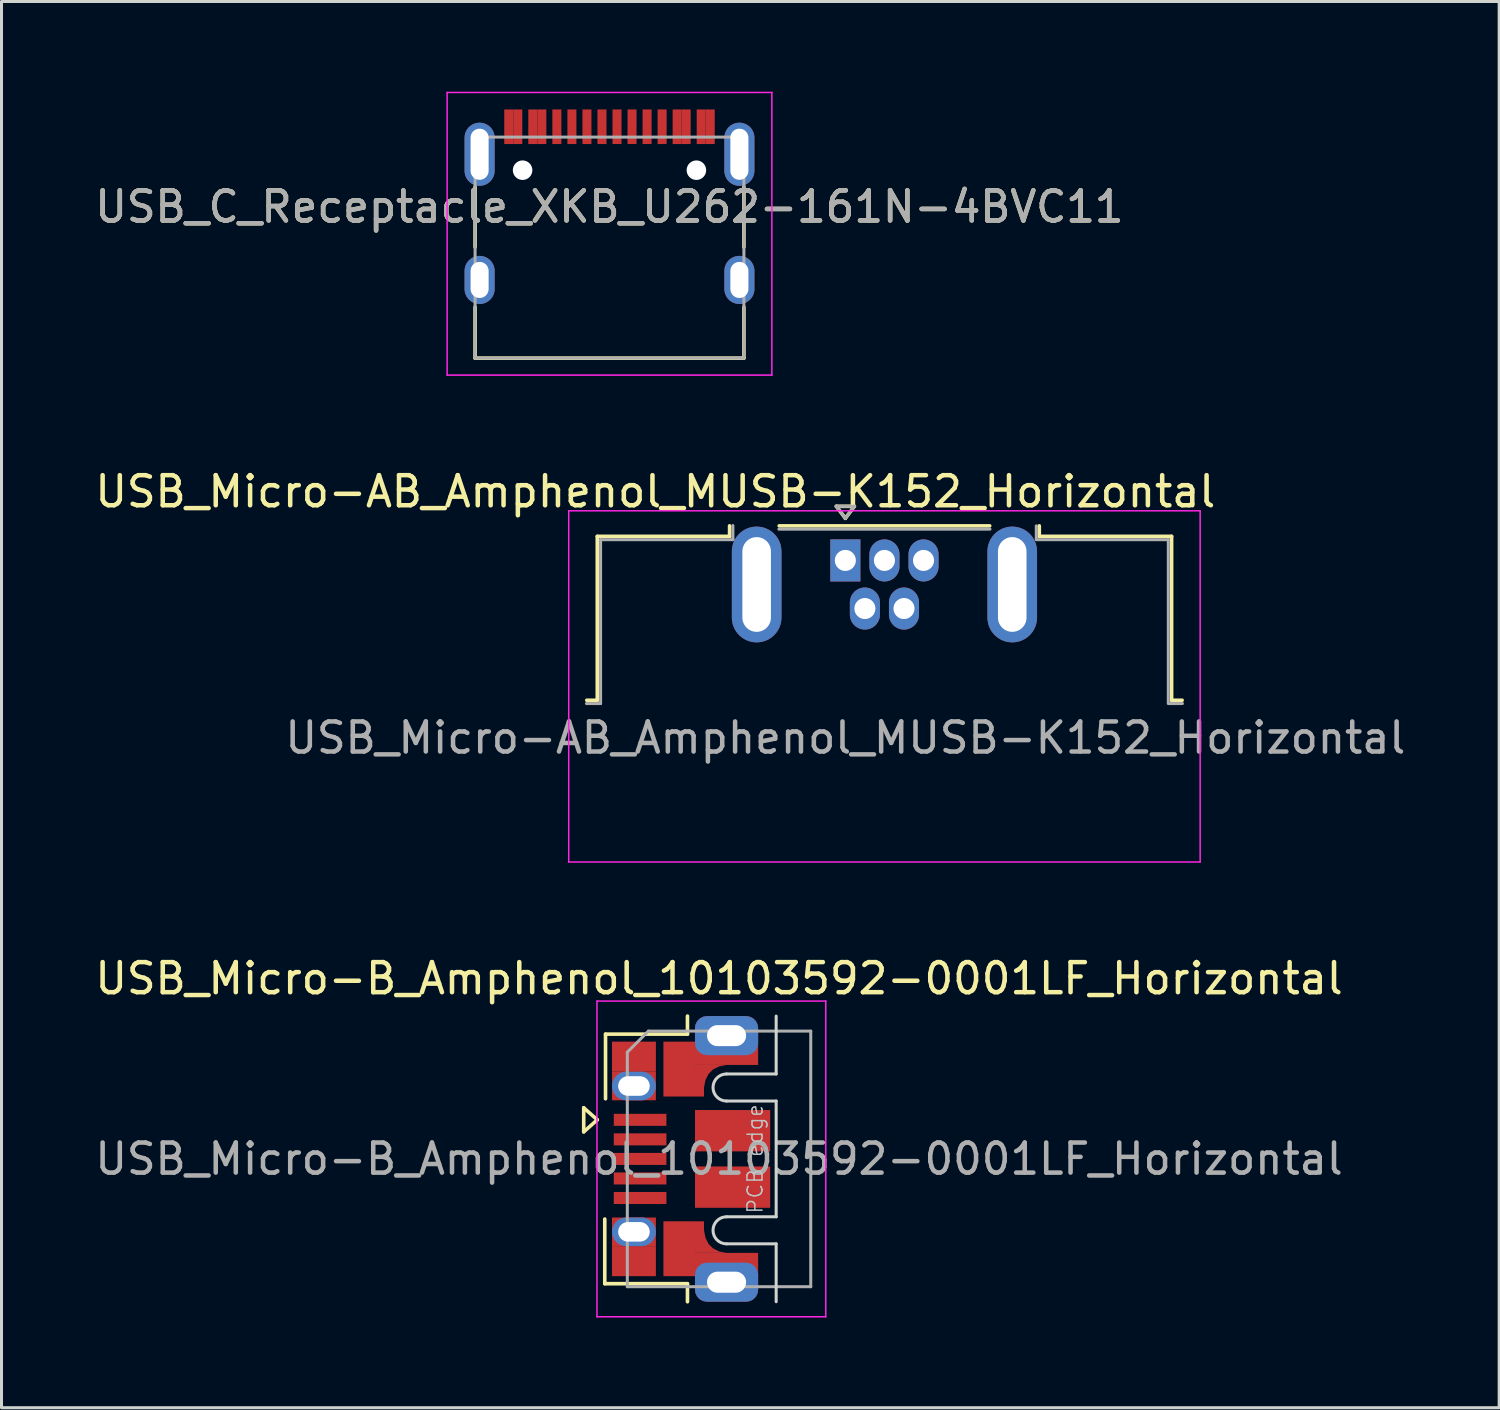
<source format=kicad_pcb>
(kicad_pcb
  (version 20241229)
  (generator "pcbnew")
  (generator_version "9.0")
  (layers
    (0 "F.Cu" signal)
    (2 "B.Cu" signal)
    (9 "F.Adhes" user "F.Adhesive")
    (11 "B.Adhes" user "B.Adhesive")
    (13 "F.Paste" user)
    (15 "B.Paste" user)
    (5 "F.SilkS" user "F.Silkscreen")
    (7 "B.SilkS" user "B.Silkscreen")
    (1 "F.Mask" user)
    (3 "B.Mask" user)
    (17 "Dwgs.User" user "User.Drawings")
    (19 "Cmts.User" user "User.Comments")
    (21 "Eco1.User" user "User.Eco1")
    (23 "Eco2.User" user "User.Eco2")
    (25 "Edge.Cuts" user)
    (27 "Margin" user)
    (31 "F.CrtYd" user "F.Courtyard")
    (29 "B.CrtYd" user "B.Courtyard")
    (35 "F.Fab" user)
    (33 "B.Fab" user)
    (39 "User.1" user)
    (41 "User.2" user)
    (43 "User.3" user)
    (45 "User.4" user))
  (footprint "USB_C_Receptacle_XKB_U262-161N-4BVC11"
    (layer "F.Cu")
    (at 17.22 3.825)
    (property "Reference" "USB_C_Receptacle_XKB_U262-161N-4BVC11" (at 0 0 0) (layer "F.SilkS") (effects (font (size 1 1) (thickness 0.15))))
    (attr smd)
    (fp_line (start -4.47 -0.66) (end -4.47 1.34) (stroke (width 0.12) (type solid)) (layer "F.SilkS"))
    (fp_line (start -4.47 5.035) (end -4.47 3.34) (stroke (width 0.12) (type solid)) (layer "F.SilkS"))
    (fp_line (start 4.47 1.34) (end 4.47 -0.66) (stroke (width 0.12) (type solid)) (layer "F.SilkS"))
    (fp_line (start 4.47 3.34) (end 4.47 5.035) (stroke (width 0.12) (type solid)) (layer "F.SilkS"))
    (fp_line (start 4.47 5.035) (end -4.47 5.035) (stroke (width 0.12) (type solid)) (layer "F.SilkS"))
    (fp_line (start -5.4 -3.8) (end 5.4 -3.8) (stroke (width 0.05) (type solid)) (layer "F.CrtYd"))
    (fp_line (start -5.4 5.6) (end -5.4 -3.8) (stroke (width 0.05) (type solid)) (layer "F.CrtYd"))
    (fp_line (start 5.4 -3.8) (end 5.4 5.6) (stroke (width 0.05) (type solid)) (layer "F.CrtYd"))
    (fp_line (start 5.4 5.6) (end -5.4 5.6) (stroke (width 0.05) (type solid)) (layer "F.CrtYd"))
    (fp_line (start -4.47 -2.315) (end -4.47 5.035) (stroke (width 0.1) (type solid)) (layer "F.Fab"))
    (fp_line (start -4.47 -2.315) (end 4.47 -2.315) (stroke (width 0.1) (type solid)) (layer "F.Fab"))
    (fp_line (start -4.47 5.035) (end 4.47 5.035) (stroke (width 0.1) (type solid)) (layer "F.Fab"))
    (fp_line (start 4.47 5.035) (end 4.47 -2.315) (stroke (width 0.1) (type solid)) (layer "F.Fab"))
    (fp_text user "${REFERENCE}" (at 0 0 0) (layer "F.Fab") (effects (font (size 1 1) (thickness 0.15))))
    (pad "" np_thru_hole circle (at -2.89 -1.215) (size 0.65 0.65) (drill 0.65) (layers "*.Cu" "*.Mask"))
    (pad "" np_thru_hole circle (at 2.89 -1.215) (size 0.65 0.65) (drill 0.65) (layers "*.Cu" "*.Mask"))
    (pad "A1" smd rect (at -3.35 -2.66) (size 0.3 1.15) (layers "F.Cu" "F.Mask" "F.Paste"))
    (pad "A4" smd rect (at -2.55 -2.66) (size 0.3 1.15) (layers "F.Cu" "F.Mask" "F.Paste"))
    (pad "A5" smd rect (at -1.25 -2.66) (size 0.3 1.15) (layers "F.Cu" "F.Mask" "F.Paste"))
    (pad "A6" smd rect (at -0.25 -2.66) (size 0.3 1.15) (layers "F.Cu" "F.Mask" "F.Paste"))
    (pad "A7" smd rect (at 0.25 -2.66) (size 0.3 1.15) (layers "F.Cu" "F.Mask" "F.Paste"))
    (pad "A8" smd rect (at 1.25 -2.66) (size 0.3 1.15) (layers "F.Cu" "F.Mask" "F.Paste"))
    (pad "A9" smd rect (at 2.55 -2.66) (size 0.3 1.15) (layers "F.Cu" "F.Mask" "F.Paste"))
    (pad "A12" smd rect (at 3.35 -2.66) (size 0.3 1.15) (layers "F.Cu" "F.Mask" "F.Paste"))
    (pad "B1" smd rect (at 3.05 -2.66) (size 0.3 1.15) (layers "F.Cu" "F.Mask" "F.Paste"))
    (pad "B4" smd rect (at 2.25 -2.66) (size 0.3 1.15) (layers "F.Cu" "F.Mask" "F.Paste"))
    (pad "B5" smd rect (at 1.75 -2.66) (size 0.3 1.15) (layers "F.Cu" "F.Mask" "F.Paste"))
    (pad "B6" smd rect (at 0.75 -2.66) (size 0.3 1.15) (layers "F.Cu" "F.Mask" "F.Paste"))
    (pad "B7" smd rect (at -0.75 -2.66) (size 0.3 1.15) (layers "F.Cu" "F.Mask" "F.Paste"))
    (pad "B8" smd rect (at -1.75 -2.66) (size 0.3 1.15) (layers "F.Cu" "F.Mask" "F.Paste"))
    (pad "B9" smd rect (at -2.25 -2.66) (size 0.3 1.15) (layers "F.Cu" "F.Mask" "F.Paste"))
    (pad "B12" smd rect (at -3.05 -2.66) (size 0.3 1.15) (layers "F.Cu" "F.Mask" "F.Paste"))
    (pad "S1" thru_hole oval (at -4.32 -1.745) (size 1 2.1) (drill oval 0.6 1.7) (layers "*.Cu" "*.Mask"))
    (pad "S1" thru_hole oval (at -4.32 2.435) (size 1 1.6) (drill oval 0.6 1.2) (layers "*.Cu" "*.Mask"))
    (pad "S1" thru_hole oval (at 4.32 -1.745) (size 1 2.1) (drill oval 0.6 1.7) (layers "*.Cu" "*.Mask"))
    (pad "S1" thru_hole oval (at 4.32 2.435) (size 1 1.6) (drill oval 0.6 1.2) (layers "*.Cu" "*.Mask")))
  (footprint "USB_Micro-AB_Amphenol_MUSB-K152_Horizontal"
    (layer "F.Cu")
    (at 25.064 15.588)
    (property "Reference" "USB_Micro-AB_Amphenol_MUSB-K152_Horizontal" (at -6.32 -2.29 0) (layer "F.SilkS") (effects (font (size 1 1) (thickness 0.15))))
    (attr through_hole)
    (fp_line (start -8.6 4.65) (end -8.25 4.65) (stroke (width 0.12) (type solid)) (layer "F.SilkS"))
    (fp_line (start -8.25 -0.8) (end -8.25 4.65) (stroke (width 0.12) (type solid)) (layer "F.SilkS"))
    (fp_line (start -8.25 -0.8) (end -3.85 -0.8) (stroke (width 0.12) (type solid)) (layer "F.SilkS"))
    (fp_line (start -3.85 -1.15) (end -3.85 -0.8) (stroke (width 0.12) (type solid)) (layer "F.SilkS"))
    (fp_line (start -2.2 -1.15) (end 4.8 -1.15) (stroke (width 0.12) (type solid)) (layer "F.SilkS"))
    (fp_line (start -0.3 -1.8) (end 0 -1.4) (stroke (width 0.12) (type solid)) (layer "F.SilkS"))
    (fp_line (start -0.3 -1.8) (end 0.3 -1.8) (stroke (width 0.12) (type solid)) (layer "F.SilkS"))
    (fp_line (start 0.3 -1.8) (end 0 -1.4) (stroke (width 0.12) (type solid)) (layer "F.SilkS"))
    (fp_line (start 6.45 -1.15) (end 6.45 -0.8) (stroke (width 0.12) (type solid)) (layer "F.SilkS"))
    (fp_line (start 6.45 -0.8) (end 10.85 -0.8) (stroke (width 0.12) (type solid)) (layer "F.SilkS"))
    (fp_line (start 10.85 -0.8) (end 10.85 4.65) (stroke (width 0.12) (type solid)) (layer "F.SilkS"))
    (fp_line (start 10.85 4.65) (end 11.2 4.65) (stroke (width 0.12) (type solid)) (layer "F.SilkS"))
    (fp_line (start -9.2 -1.65) (end -9.2 10.03) (stroke (width 0.05) (type solid)) (layer "F.CrtYd"))
    (fp_line (start -9.2 10.03) (end 11.8 10.03) (stroke (width 0.05) (type solid)) (layer "F.CrtYd"))
    (fp_line (start 11.8 -1.65) (end -9.2 -1.65) (stroke (width 0.05) (type solid)) (layer "F.CrtYd"))
    (fp_line (start 11.8 10.03) (end 11.8 -1.65) (stroke (width 0.05) (type solid)) (layer "F.CrtYd"))
    (fp_line (start -8.61 4.76) (end -8.14 4.76) (stroke (width 0.1) (type solid)) (layer "F.Fab"))
    (fp_line (start -8.14 -0.69) (end -3.74 -0.69) (stroke (width 0.1) (type solid)) (layer "F.Fab"))
    (fp_line (start -8.14 4.76) (end -8.14 -0.69) (stroke (width 0.1) (type solid)) (layer "F.Fab"))
    (fp_line (start -3.74 -0.69) (end -3.74 -1.16) (stroke (width 0.1) (type solid)) (layer "F.Fab"))
    (fp_line (start -2.21 -1.04) (end 4.81 -1.04) (stroke (width 0.1) (type solid)) (layer "F.Fab"))
    (fp_line (start -0.3 -1.8) (end 0.3 -1.8) (stroke (width 0.1) (type solid)) (layer "F.Fab"))
    (fp_line (start 0 -1.4) (end -0.3 -1.8) (stroke (width 0.1) (type solid)) (layer "F.Fab"))
    (fp_line (start 0.3 -1.8) (end 0 -1.4) (stroke (width 0.1) (type solid)) (layer "F.Fab"))
    (fp_line (start 6.35 -1.15) (end 6.35 -0.71) (stroke (width 0.1) (type solid)) (layer "F.Fab"))
    (fp_line (start 6.35 -0.69) (end 10.74 -0.69) (stroke (width 0.1) (type solid)) (layer "F.Fab"))
    (fp_line (start 10.74 -0.69) (end 10.74 4.74) (stroke (width 0.1) (type solid)) (layer "F.Fab"))
    (fp_line (start 10.74 4.76) (end 11.21 4.76) (stroke (width 0.1) (type solid)) (layer "F.Fab"))
    (fp_text user "${REFERENCE}" (at 0 5.9 0) (layer "F.Fab") (effects (font (size 1 1) (thickness 0.15))))
    (pad "1" thru_hole rect (at 0 0) (size 1 1.4) (drill 0.7) (layers "*.Cu" "*.Mask"))
    (pad "2" thru_hole oval (at 0.65 1.6) (size 1 1.4) (drill 0.7) (layers "*.Cu" "*.Mask"))
    (pad "3" thru_hole oval (at 1.3 0) (size 1 1.4) (drill 0.7) (layers "*.Cu" "*.Mask"))
    (pad "4" thru_hole oval (at 1.95 1.6) (size 1 1.4) (drill 0.7) (layers "*.Cu" "*.Mask"))
    (pad "5" thru_hole oval (at 2.6 0) (size 1 1.4) (drill 0.7) (layers "*.Cu" "*.Mask"))
    (pad "6" thru_hole oval (at -2.95 0.8) (size 1.65 3.85) (drill oval 0.95 3.15) (layers "*.Cu" "*.Mask"))
    (pad "6" thru_hole oval (at 5.55 0.8) (size 1.65 3.85) (drill oval 0.95 3.15) (layers "*.Cu" "*.Mask")))
  (footprint "USB_Micro-B_Amphenol_10103592-0001LF_Horizontal"
    (layer "F.Cu")
    (at 20.863 35.492)
    (property "Reference" "USB_Micro-B_Amphenol_10103592-0001LF_Horizontal" (at 0 -6 180) (layer "F.SilkS") (effects (font (size 1 1) (thickness 0.15))))
    (attr smd)
    (fp_line (start -4.5 -1.7) (end -4.05 -1.3) (stroke (width 0.12) (type solid)) (layer "F.SilkS"))
    (fp_line (start -4.5 -0.9) (end -4.5 -1.7) (stroke (width 0.12) (type solid)) (layer "F.SilkS"))
    (fp_line (start -4.05 -1.3) (end -4.5 -0.9) (stroke (width 0.12) (type solid)) (layer "F.SilkS"))
    (fp_line (start -3.8 4.15) (end -3.8 2) (stroke (width 0.12) (type solid)) (layer "F.SilkS"))
    (fp_line (start -3.775 -2) (end -3.775 -4.15) (stroke (width 0.12) (type solid)) (layer "F.SilkS"))
    (fp_line (start -1.05 -4.75) (end -1.05 -4.15) (stroke (width 0.12) (type solid)) (layer "F.SilkS"))
    (fp_line (start -1.05 -4.15) (end -3.775 -4.15) (stroke (width 0.12) (type solid)) (layer "F.SilkS"))
    (fp_line (start -1.05 4.15) (end -3.8 4.15) (stroke (width 0.12) (type solid)) (layer "F.SilkS"))
    (fp_line (start -1.05 4.75) (end -1.05 4.15) (stroke (width 0.12) (type solid)) (layer "F.SilkS"))
    (fp_line (start 0.25 -2.825) (end 1.9 -2.825) (stroke (width 0.1) (type solid)) (layer "Edge.Cuts"))
    (fp_line (start 0.25 -1.925) (end 1.9 -1.925) (stroke (width 0.1) (type solid)) (layer "Edge.Cuts"))
    (fp_line (start 0.25 1.925) (end 1.9 1.925) (stroke (width 0.1) (type solid)) (layer "Edge.Cuts"))
    (fp_line (start 0.25 2.825) (end 1.9 2.825) (stroke (width 0.1) (type solid)) (layer "Edge.Cuts"))
    (fp_line (start 1.9 -2.825) (end 1.9 -4.75) (stroke (width 0.1) (type solid)) (layer "Edge.Cuts"))
    (fp_line (start 1.9 1.925) (end 1.9 -1.925) (stroke (width 0.1) (type solid)) (layer "Edge.Cuts"))
    (fp_line (start 1.9 4.75) (end 1.9 2.825) (stroke (width 0.1) (type solid)) (layer "Edge.Cuts"))
    (fp_arc (start 0.25 -1.925) (mid -0.2 -2.375) (end 0.25 -2.825) (stroke (width 0.1) (type solid)) (layer "Edge.Cuts"))
    (fp_arc (start 0.25 2.825) (mid -0.2 2.375) (end 0.25 1.925) (stroke (width 0.1) (type solid)) (layer "Edge.Cuts"))
    (fp_line (start -4.06 -5.25) (end -4.06 5.25) (stroke (width 0.05) (type solid)) (layer "F.CrtYd"))
    (fp_line (start -4.06 -5.25) (end 3.55 -5.25) (stroke (width 0.05) (type solid)) (layer "F.CrtYd"))
    (fp_line (start -4.06 5.25) (end 3.55 5.25) (stroke (width 0.05) (type solid)) (layer "F.CrtYd"))
    (fp_line (start 3.55 -5.25) (end 3.55 5.25) (stroke (width 0.05) (type solid)) (layer "F.CrtYd"))
    (fp_line (start -3.05 -3.55) (end -3.05 4.25) (stroke (width 0.1) (type solid)) (layer "F.Fab"))
    (fp_line (start -3.05 4.25) (end 3.05 4.25) (stroke (width 0.1) (type solid)) (layer "F.Fab"))
    (fp_line (start -2.35 -4.25) (end -3.05 -3.55) (stroke (width 0.1) (type solid)) (layer "F.Fab"))
    (fp_line (start -2.35 -4.25) (end 3.05 -4.25) (stroke (width 0.1) (type solid)) (layer "F.Fab"))
    (fp_line (start 3.05 4.25) (end 3.05 -4.25) (stroke (width 0.1) (type solid)) (layer "F.Fab"))
    (fp_text user "PCB edge" (at 1.2 0 90) (layer "Dwgs.User") (effects (font (size 0.5 0.5) (thickness 0.05))))
    (fp_text user "${REFERENCE}" (at 0 0 180) (layer "F.Fab") (effects (font (size 1 1) (thickness 0.15))))
    (pad "1" smd rect (at -2.625 -1.3 90) (size 0.4 1.75) (layers "F.Cu" "F.Mask" "F.Paste"))
    (pad "2" smd rect (at -2.625 -0.65 90) (size 0.4 1.75) (layers "F.Cu" "F.Mask" "F.Paste"))
    (pad "3" smd rect (at -2.625 0 90) (size 0.4 1.75) (layers "F.Cu" "F.Mask" "F.Paste"))
    (pad "4" smd rect (at -2.625 0.65 90) (size 0.4 1.75) (layers "F.Cu" "F.Mask" "F.Paste"))
    (pad "5" smd rect (at -2.625 1.3 90) (size 0.4 1.75) (layers "F.Cu" "F.Mask" "F.Paste"))
    (pad "6" smd rect (at -2.83 -3.4 90) (size 1 1.46) (layers "F.Cu" "F.Mask" "F.Paste"))
    (pad "6" smd rect (at -2.83 -2.425 90) (size 0.95 1.46) (layers "F.Cu" "F.Mask"))
    (pad "6" thru_hole oval (at -2.83 -2.425 90) (size 0.95 1.46) (drill oval 0.65 1.05) (layers "*.Cu" "*.Mask"))
    (pad "6" smd rect (at -2.83 2.425 90) (size 0.95 1.46) (layers "F.Cu" "F.Mask"))
    (pad "6" thru_hole oval (at -2.83 2.425 90) (size 0.95 1.46) (drill oval 0.65 1.05) (layers "*.Cu" "*.Mask"))
    (pad "6" smd rect (at -2.83 3.4 90) (size 1 1.46) (layers "F.Cu" "F.Mask" "F.Paste"))
    (pad "6" smd rect (at -1.325 -2.987 90) (size 1.825 1.05) (layers "F.Cu" "F.Mask" "F.Paste"))
    (pad "6" smd rect (at -1.325 2.987 90) (size 1.825 1.05) (layers "F.Cu" "F.Mask" "F.Paste"))
    (pad "6" smd custom (at -0.65 -2.6 90) (size 1.05 0.3) (layers "F.Cu" "F.Mask" "F.Paste") (options (anchor rect)) (primitives (gr_poly (pts (xy 0.525 0.15) (xy -0.225 0.15) (xy 0.025 0.2) (xy 0.225 0.3) (xy 0.375 0.45) (xy 0.475 0.65) (xy 0.525 0.9)) (width 0) (fill yes))))
    (pad "6" smd custom (at -0.65 2.6 90) (size 1.05 0.3) (layers "F.Cu" "F.Mask" "F.Paste") (options (anchor rect)) (primitives (gr_poly (pts (xy -0.525 0.15) (xy 0.225 0.15) (xy -0.025 0.2) (xy -0.225 0.3) (xy -0.375 0.45) (xy -0.475 0.65) (xy -0.525 0.9)) (width 0) (fill yes))))
    (pad "6" thru_hole roundrect (at 0.25 -4.1 90) (size 1.3 2.1) (drill oval 0.7 1.3) (layers "*.Cu" "*.Mask") (roundrect_rratio 0.308))
    (pad "6" smd rect (at 0.25 -3.513 90) (size 0.775 2.1) (layers "F.Cu" "F.Mask" "F.Paste"))
    (pad "6" smd rect (at 0.25 3.513 90) (size 0.775 2.1) (layers "F.Cu" "F.Mask" "F.Paste"))
    (pad "6" thru_hole roundrect (at 0.25 4.1 90) (size 1.3 2.1) (drill oval 0.7 1.3) (layers "*.Cu" "*.Mask") (roundrect_rratio 0.308))
    (pad "6" smd rect (at 0.45 -0.938 90) (size 1.375 2.5) (layers "F.Cu" "F.Mask" "F.Paste"))
    (pad "6" smd rect (at 0.45 0.938 90) (size 1.375 2.5) (layers "F.Cu" "F.Mask" "F.Paste")))
  (gr_rect
    (start -3 -3)
    (end 46.808 43.767)
    (stroke (width 0.1) (type default))
    (fill no)
    (layer "Edge.Cuts")))
</source>
